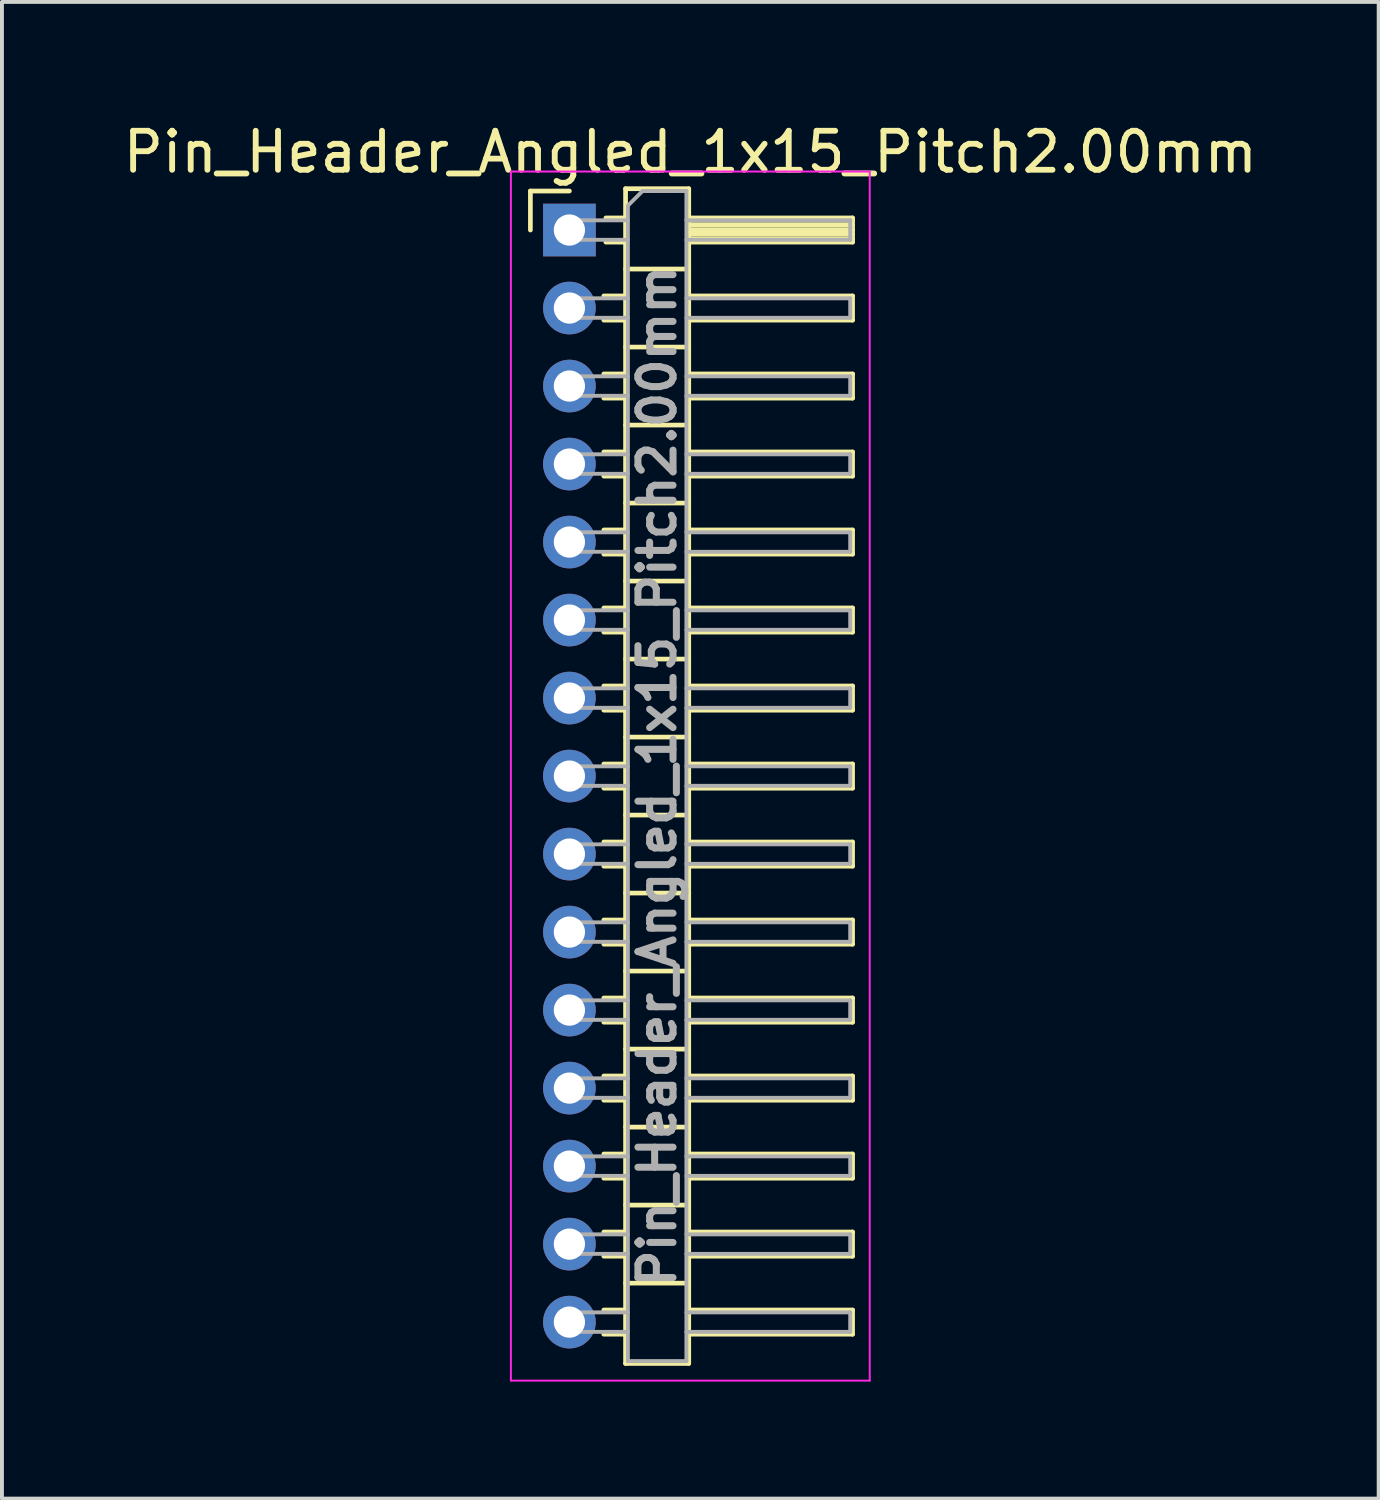
<source format=kicad_pcb>
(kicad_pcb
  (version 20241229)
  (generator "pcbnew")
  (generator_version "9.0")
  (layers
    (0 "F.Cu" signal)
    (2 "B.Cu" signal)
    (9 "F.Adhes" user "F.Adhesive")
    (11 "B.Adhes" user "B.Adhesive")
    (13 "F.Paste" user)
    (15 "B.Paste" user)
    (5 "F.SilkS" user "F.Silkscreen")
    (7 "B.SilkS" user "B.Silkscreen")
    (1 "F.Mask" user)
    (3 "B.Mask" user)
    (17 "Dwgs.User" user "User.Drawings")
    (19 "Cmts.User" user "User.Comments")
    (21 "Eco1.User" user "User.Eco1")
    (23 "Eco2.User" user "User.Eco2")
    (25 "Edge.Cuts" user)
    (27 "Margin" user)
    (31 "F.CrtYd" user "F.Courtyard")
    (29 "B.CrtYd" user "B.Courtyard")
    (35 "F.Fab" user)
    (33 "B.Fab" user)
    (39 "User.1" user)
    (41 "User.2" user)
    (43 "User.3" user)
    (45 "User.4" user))
  (footprint "Pin_Header_Angled_1x15_Pitch2.00mm"
    (layer "F.Cu")
    (at 11.549 2.848)
    (property "Reference" "Pin_Header_Angled_1x15_Pitch2.00mm" (at 3.1 -2 0) (layer "F.SilkS") (effects (font (size 1 1) (thickness 0.15))))
    (attr through_hole)
    (fp_line (start -1 -1) (end 0 -1) (stroke (width 0.12) (type solid)) (layer "F.SilkS"))
    (fp_line (start -1 0) (end -1 -1) (stroke (width 0.12) (type solid)) (layer "F.SilkS"))
    (fp_line (start 0.882 1.69) (end 1.44 1.69) (stroke (width 0.12) (type solid)) (layer "F.SilkS"))
    (fp_line (start 0.882 2.31) (end 1.44 2.31) (stroke (width 0.12) (type solid)) (layer "F.SilkS"))
    (fp_line (start 0.882 3.69) (end 1.44 3.69) (stroke (width 0.12) (type solid)) (layer "F.SilkS"))
    (fp_line (start 0.882 4.31) (end 1.44 4.31) (stroke (width 0.12) (type solid)) (layer "F.SilkS"))
    (fp_line (start 0.882 5.69) (end 1.44 5.69) (stroke (width 0.12) (type solid)) (layer "F.SilkS"))
    (fp_line (start 0.882 6.31) (end 1.44 6.31) (stroke (width 0.12) (type solid)) (layer "F.SilkS"))
    (fp_line (start 0.882 7.69) (end 1.44 7.69) (stroke (width 0.12) (type solid)) (layer "F.SilkS"))
    (fp_line (start 0.882 8.31) (end 1.44 8.31) (stroke (width 0.12) (type solid)) (layer "F.SilkS"))
    (fp_line (start 0.882 9.69) (end 1.44 9.69) (stroke (width 0.12) (type solid)) (layer "F.SilkS"))
    (fp_line (start 0.882 10.31) (end 1.44 10.31) (stroke (width 0.12) (type solid)) (layer "F.SilkS"))
    (fp_line (start 0.882 11.69) (end 1.44 11.69) (stroke (width 0.12) (type solid)) (layer "F.SilkS"))
    (fp_line (start 0.882 12.31) (end 1.44 12.31) (stroke (width 0.12) (type solid)) (layer "F.SilkS"))
    (fp_line (start 0.882 13.69) (end 1.44 13.69) (stroke (width 0.12) (type solid)) (layer "F.SilkS"))
    (fp_line (start 0.882 14.31) (end 1.44 14.31) (stroke (width 0.12) (type solid)) (layer "F.SilkS"))
    (fp_line (start 0.882 15.69) (end 1.44 15.69) (stroke (width 0.12) (type solid)) (layer "F.SilkS"))
    (fp_line (start 0.882 16.31) (end 1.44 16.31) (stroke (width 0.12) (type solid)) (layer "F.SilkS"))
    (fp_line (start 0.882 17.69) (end 1.44 17.69) (stroke (width 0.12) (type solid)) (layer "F.SilkS"))
    (fp_line (start 0.882 18.31) (end 1.44 18.31) (stroke (width 0.12) (type solid)) (layer "F.SilkS"))
    (fp_line (start 0.882 19.69) (end 1.44 19.69) (stroke (width 0.12) (type solid)) (layer "F.SilkS"))
    (fp_line (start 0.882 20.31) (end 1.44 20.31) (stroke (width 0.12) (type solid)) (layer "F.SilkS"))
    (fp_line (start 0.882 21.69) (end 1.44 21.69) (stroke (width 0.12) (type solid)) (layer "F.SilkS"))
    (fp_line (start 0.882 22.31) (end 1.44 22.31) (stroke (width 0.12) (type solid)) (layer "F.SilkS"))
    (fp_line (start 0.882 23.69) (end 1.44 23.69) (stroke (width 0.12) (type solid)) (layer "F.SilkS"))
    (fp_line (start 0.882 24.31) (end 1.44 24.31) (stroke (width 0.12) (type solid)) (layer "F.SilkS"))
    (fp_line (start 0.882 25.69) (end 1.44 25.69) (stroke (width 0.12) (type solid)) (layer "F.SilkS"))
    (fp_line (start 0.882 26.31) (end 1.44 26.31) (stroke (width 0.12) (type solid)) (layer "F.SilkS"))
    (fp_line (start 0.882 27.69) (end 1.44 27.69) (stroke (width 0.12) (type solid)) (layer "F.SilkS"))
    (fp_line (start 0.882 28.31) (end 1.44 28.31) (stroke (width 0.12) (type solid)) (layer "F.SilkS"))
    (fp_line (start 0.935 -0.31) (end 1.44 -0.31) (stroke (width 0.12) (type solid)) (layer "F.SilkS"))
    (fp_line (start 0.935 0.31) (end 1.44 0.31) (stroke (width 0.12) (type solid)) (layer "F.SilkS"))
    (fp_line (start 1.44 -1.06) (end 1.44 29.06) (stroke (width 0.12) (type solid)) (layer "F.SilkS"))
    (fp_line (start 1.44 1) (end 3.06 1) (stroke (width 0.12) (type solid)) (layer "F.SilkS"))
    (fp_line (start 1.44 3) (end 3.06 3) (stroke (width 0.12) (type solid)) (layer "F.SilkS"))
    (fp_line (start 1.44 5) (end 3.06 5) (stroke (width 0.12) (type solid)) (layer "F.SilkS"))
    (fp_line (start 1.44 7) (end 3.06 7) (stroke (width 0.12) (type solid)) (layer "F.SilkS"))
    (fp_line (start 1.44 9) (end 3.06 9) (stroke (width 0.12) (type solid)) (layer "F.SilkS"))
    (fp_line (start 1.44 11) (end 3.06 11) (stroke (width 0.12) (type solid)) (layer "F.SilkS"))
    (fp_line (start 1.44 13) (end 3.06 13) (stroke (width 0.12) (type solid)) (layer "F.SilkS"))
    (fp_line (start 1.44 15) (end 3.06 15) (stroke (width 0.12) (type solid)) (layer "F.SilkS"))
    (fp_line (start 1.44 17) (end 3.06 17) (stroke (width 0.12) (type solid)) (layer "F.SilkS"))
    (fp_line (start 1.44 19) (end 3.06 19) (stroke (width 0.12) (type solid)) (layer "F.SilkS"))
    (fp_line (start 1.44 21) (end 3.06 21) (stroke (width 0.12) (type solid)) (layer "F.SilkS"))
    (fp_line (start 1.44 23) (end 3.06 23) (stroke (width 0.12) (type solid)) (layer "F.SilkS"))
    (fp_line (start 1.44 25) (end 3.06 25) (stroke (width 0.12) (type solid)) (layer "F.SilkS"))
    (fp_line (start 1.44 27) (end 3.06 27) (stroke (width 0.12) (type solid)) (layer "F.SilkS"))
    (fp_line (start 1.44 29.06) (end 3.06 29.06) (stroke (width 0.12) (type solid)) (layer "F.SilkS"))
    (fp_line (start 3.06 -1.06) (end 1.44 -1.06) (stroke (width 0.12) (type solid)) (layer "F.SilkS"))
    (fp_line (start 3.06 -0.31) (end 7.26 -0.31) (stroke (width 0.12) (type solid)) (layer "F.SilkS"))
    (fp_line (start 3.06 -0.25) (end 7.26 -0.25) (stroke (width 0.12) (type solid)) (layer "F.SilkS"))
    (fp_line (start 3.06 -0.13) (end 7.26 -0.13) (stroke (width 0.12) (type solid)) (layer "F.SilkS"))
    (fp_line (start 3.06 -0.01) (end 7.26 -0.01) (stroke (width 0.12) (type solid)) (layer "F.SilkS"))
    (fp_line (start 3.06 0.11) (end 7.26 0.11) (stroke (width 0.12) (type solid)) (layer "F.SilkS"))
    (fp_line (start 3.06 0.23) (end 7.26 0.23) (stroke (width 0.12) (type solid)) (layer "F.SilkS"))
    (fp_line (start 3.06 1.69) (end 7.26 1.69) (stroke (width 0.12) (type solid)) (layer "F.SilkS"))
    (fp_line (start 3.06 3.69) (end 7.26 3.69) (stroke (width 0.12) (type solid)) (layer "F.SilkS"))
    (fp_line (start 3.06 5.69) (end 7.26 5.69) (stroke (width 0.12) (type solid)) (layer "F.SilkS"))
    (fp_line (start 3.06 7.69) (end 7.26 7.69) (stroke (width 0.12) (type solid)) (layer "F.SilkS"))
    (fp_line (start 3.06 9.69) (end 7.26 9.69) (stroke (width 0.12) (type solid)) (layer "F.SilkS"))
    (fp_line (start 3.06 11.69) (end 7.26 11.69) (stroke (width 0.12) (type solid)) (layer "F.SilkS"))
    (fp_line (start 3.06 13.69) (end 7.26 13.69) (stroke (width 0.12) (type solid)) (layer "F.SilkS"))
    (fp_line (start 3.06 15.69) (end 7.26 15.69) (stroke (width 0.12) (type solid)) (layer "F.SilkS"))
    (fp_line (start 3.06 17.69) (end 7.26 17.69) (stroke (width 0.12) (type solid)) (layer "F.SilkS"))
    (fp_line (start 3.06 19.69) (end 7.26 19.69) (stroke (width 0.12) (type solid)) (layer "F.SilkS"))
    (fp_line (start 3.06 21.69) (end 7.26 21.69) (stroke (width 0.12) (type solid)) (layer "F.SilkS"))
    (fp_line (start 3.06 23.69) (end 7.26 23.69) (stroke (width 0.12) (type solid)) (layer "F.SilkS"))
    (fp_line (start 3.06 25.69) (end 7.26 25.69) (stroke (width 0.12) (type solid)) (layer "F.SilkS"))
    (fp_line (start 3.06 27.69) (end 7.26 27.69) (stroke (width 0.12) (type solid)) (layer "F.SilkS"))
    (fp_line (start 3.06 29.06) (end 3.06 -1.06) (stroke (width 0.12) (type solid)) (layer "F.SilkS"))
    (fp_line (start 7.26 -0.31) (end 7.26 0.31) (stroke (width 0.12) (type solid)) (layer "F.SilkS"))
    (fp_line (start 7.26 0.31) (end 3.06 0.31) (stroke (width 0.12) (type solid)) (layer "F.SilkS"))
    (fp_line (start 7.26 1.69) (end 7.26 2.31) (stroke (width 0.12) (type solid)) (layer "F.SilkS"))
    (fp_line (start 7.26 2.31) (end 3.06 2.31) (stroke (width 0.12) (type solid)) (layer "F.SilkS"))
    (fp_line (start 7.26 3.69) (end 7.26 4.31) (stroke (width 0.12) (type solid)) (layer "F.SilkS"))
    (fp_line (start 7.26 4.31) (end 3.06 4.31) (stroke (width 0.12) (type solid)) (layer "F.SilkS"))
    (fp_line (start 7.26 5.69) (end 7.26 6.31) (stroke (width 0.12) (type solid)) (layer "F.SilkS"))
    (fp_line (start 7.26 6.31) (end 3.06 6.31) (stroke (width 0.12) (type solid)) (layer "F.SilkS"))
    (fp_line (start 7.26 7.69) (end 7.26 8.31) (stroke (width 0.12) (type solid)) (layer "F.SilkS"))
    (fp_line (start 7.26 8.31) (end 3.06 8.31) (stroke (width 0.12) (type solid)) (layer "F.SilkS"))
    (fp_line (start 7.26 9.69) (end 7.26 10.31) (stroke (width 0.12) (type solid)) (layer "F.SilkS"))
    (fp_line (start 7.26 10.31) (end 3.06 10.31) (stroke (width 0.12) (type solid)) (layer "F.SilkS"))
    (fp_line (start 7.26 11.69) (end 7.26 12.31) (stroke (width 0.12) (type solid)) (layer "F.SilkS"))
    (fp_line (start 7.26 12.31) (end 3.06 12.31) (stroke (width 0.12) (type solid)) (layer "F.SilkS"))
    (fp_line (start 7.26 13.69) (end 7.26 14.31) (stroke (width 0.12) (type solid)) (layer "F.SilkS"))
    (fp_line (start 7.26 14.31) (end 3.06 14.31) (stroke (width 0.12) (type solid)) (layer "F.SilkS"))
    (fp_line (start 7.26 15.69) (end 7.26 16.31) (stroke (width 0.12) (type solid)) (layer "F.SilkS"))
    (fp_line (start 7.26 16.31) (end 3.06 16.31) (stroke (width 0.12) (type solid)) (layer "F.SilkS"))
    (fp_line (start 7.26 17.69) (end 7.26 18.31) (stroke (width 0.12) (type solid)) (layer "F.SilkS"))
    (fp_line (start 7.26 18.31) (end 3.06 18.31) (stroke (width 0.12) (type solid)) (layer "F.SilkS"))
    (fp_line (start 7.26 19.69) (end 7.26 20.31) (stroke (width 0.12) (type solid)) (layer "F.SilkS"))
    (fp_line (start 7.26 20.31) (end 3.06 20.31) (stroke (width 0.12) (type solid)) (layer "F.SilkS"))
    (fp_line (start 7.26 21.69) (end 7.26 22.31) (stroke (width 0.12) (type solid)) (layer "F.SilkS"))
    (fp_line (start 7.26 22.31) (end 3.06 22.31) (stroke (width 0.12) (type solid)) (layer "F.SilkS"))
    (fp_line (start 7.26 23.69) (end 7.26 24.31) (stroke (width 0.12) (type solid)) (layer "F.SilkS"))
    (fp_line (start 7.26 24.31) (end 3.06 24.31) (stroke (width 0.12) (type solid)) (layer "F.SilkS"))
    (fp_line (start 7.26 25.69) (end 7.26 26.31) (stroke (width 0.12) (type solid)) (layer "F.SilkS"))
    (fp_line (start 7.26 26.31) (end 3.06 26.31) (stroke (width 0.12) (type solid)) (layer "F.SilkS"))
    (fp_line (start 7.26 27.69) (end 7.26 28.31) (stroke (width 0.12) (type solid)) (layer "F.SilkS"))
    (fp_line (start 7.26 28.31) (end 3.06 28.31) (stroke (width 0.12) (type solid)) (layer "F.SilkS"))
    (fp_line (start -1.5 -1.5) (end -1.5 29.5) (stroke (width 0.05) (type solid)) (layer "F.CrtYd"))
    (fp_line (start -1.5 29.5) (end 7.7 29.5) (stroke (width 0.05) (type solid)) (layer "F.CrtYd"))
    (fp_line (start 7.7 -1.5) (end -1.5 -1.5) (stroke (width 0.05) (type solid)) (layer "F.CrtYd"))
    (fp_line (start 7.7 29.5) (end 7.7 -1.5) (stroke (width 0.05) (type solid)) (layer "F.CrtYd"))
    (fp_line (start -0.25 -0.25) (end -0.25 0.25) (stroke (width 0.1) (type solid)) (layer "F.Fab"))
    (fp_line (start -0.25 -0.25) (end 1.5 -0.25) (stroke (width 0.1) (type solid)) (layer "F.Fab"))
    (fp_line (start -0.25 0.25) (end 1.5 0.25) (stroke (width 0.1) (type solid)) (layer "F.Fab"))
    (fp_line (start -0.25 1.75) (end -0.25 2.25) (stroke (width 0.1) (type solid)) (layer "F.Fab"))
    (fp_line (start -0.25 1.75) (end 1.5 1.75) (stroke (width 0.1) (type solid)) (layer "F.Fab"))
    (fp_line (start -0.25 2.25) (end 1.5 2.25) (stroke (width 0.1) (type solid)) (layer "F.Fab"))
    (fp_line (start -0.25 3.75) (end -0.25 4.25) (stroke (width 0.1) (type solid)) (layer "F.Fab"))
    (fp_line (start -0.25 3.75) (end 1.5 3.75) (stroke (width 0.1) (type solid)) (layer "F.Fab"))
    (fp_line (start -0.25 4.25) (end 1.5 4.25) (stroke (width 0.1) (type solid)) (layer "F.Fab"))
    (fp_line (start -0.25 5.75) (end -0.25 6.25) (stroke (width 0.1) (type solid)) (layer "F.Fab"))
    (fp_line (start -0.25 5.75) (end 1.5 5.75) (stroke (width 0.1) (type solid)) (layer "F.Fab"))
    (fp_line (start -0.25 6.25) (end 1.5 6.25) (stroke (width 0.1) (type solid)) (layer "F.Fab"))
    (fp_line (start -0.25 7.75) (end -0.25 8.25) (stroke (width 0.1) (type solid)) (layer "F.Fab"))
    (fp_line (start -0.25 7.75) (end 1.5 7.75) (stroke (width 0.1) (type solid)) (layer "F.Fab"))
    (fp_line (start -0.25 8.25) (end 1.5 8.25) (stroke (width 0.1) (type solid)) (layer "F.Fab"))
    (fp_line (start -0.25 9.75) (end -0.25 10.25) (stroke (width 0.1) (type solid)) (layer "F.Fab"))
    (fp_line (start -0.25 9.75) (end 1.5 9.75) (stroke (width 0.1) (type solid)) (layer "F.Fab"))
    (fp_line (start -0.25 10.25) (end 1.5 10.25) (stroke (width 0.1) (type solid)) (layer "F.Fab"))
    (fp_line (start -0.25 11.75) (end -0.25 12.25) (stroke (width 0.1) (type solid)) (layer "F.Fab"))
    (fp_line (start -0.25 11.75) (end 1.5 11.75) (stroke (width 0.1) (type solid)) (layer "F.Fab"))
    (fp_line (start -0.25 12.25) (end 1.5 12.25) (stroke (width 0.1) (type solid)) (layer "F.Fab"))
    (fp_line (start -0.25 13.75) (end -0.25 14.25) (stroke (width 0.1) (type solid)) (layer "F.Fab"))
    (fp_line (start -0.25 13.75) (end 1.5 13.75) (stroke (width 0.1) (type solid)) (layer "F.Fab"))
    (fp_line (start -0.25 14.25) (end 1.5 14.25) (stroke (width 0.1) (type solid)) (layer "F.Fab"))
    (fp_line (start -0.25 15.75) (end -0.25 16.25) (stroke (width 0.1) (type solid)) (layer "F.Fab"))
    (fp_line (start -0.25 15.75) (end 1.5 15.75) (stroke (width 0.1) (type solid)) (layer "F.Fab"))
    (fp_line (start -0.25 16.25) (end 1.5 16.25) (stroke (width 0.1) (type solid)) (layer "F.Fab"))
    (fp_line (start -0.25 17.75) (end -0.25 18.25) (stroke (width 0.1) (type solid)) (layer "F.Fab"))
    (fp_line (start -0.25 17.75) (end 1.5 17.75) (stroke (width 0.1) (type solid)) (layer "F.Fab"))
    (fp_line (start -0.25 18.25) (end 1.5 18.25) (stroke (width 0.1) (type solid)) (layer "F.Fab"))
    (fp_line (start -0.25 19.75) (end -0.25 20.25) (stroke (width 0.1) (type solid)) (layer "F.Fab"))
    (fp_line (start -0.25 19.75) (end 1.5 19.75) (stroke (width 0.1) (type solid)) (layer "F.Fab"))
    (fp_line (start -0.25 20.25) (end 1.5 20.25) (stroke (width 0.1) (type solid)) (layer "F.Fab"))
    (fp_line (start -0.25 21.75) (end -0.25 22.25) (stroke (width 0.1) (type solid)) (layer "F.Fab"))
    (fp_line (start -0.25 21.75) (end 1.5 21.75) (stroke (width 0.1) (type solid)) (layer "F.Fab"))
    (fp_line (start -0.25 22.25) (end 1.5 22.25) (stroke (width 0.1) (type solid)) (layer "F.Fab"))
    (fp_line (start -0.25 23.75) (end -0.25 24.25) (stroke (width 0.1) (type solid)) (layer "F.Fab"))
    (fp_line (start -0.25 23.75) (end 1.5 23.75) (stroke (width 0.1) (type solid)) (layer "F.Fab"))
    (fp_line (start -0.25 24.25) (end 1.5 24.25) (stroke (width 0.1) (type solid)) (layer "F.Fab"))
    (fp_line (start -0.25 25.75) (end -0.25 26.25) (stroke (width 0.1) (type solid)) (layer "F.Fab"))
    (fp_line (start -0.25 25.75) (end 1.5 25.75) (stroke (width 0.1) (type solid)) (layer "F.Fab"))
    (fp_line (start -0.25 26.25) (end 1.5 26.25) (stroke (width 0.1) (type solid)) (layer "F.Fab"))
    (fp_line (start -0.25 27.75) (end -0.25 28.25) (stroke (width 0.1) (type solid)) (layer "F.Fab"))
    (fp_line (start -0.25 27.75) (end 1.5 27.75) (stroke (width 0.1) (type solid)) (layer "F.Fab"))
    (fp_line (start -0.25 28.25) (end 1.5 28.25) (stroke (width 0.1) (type solid)) (layer "F.Fab"))
    (fp_line (start 1.5 -0.625) (end 1.875 -1) (stroke (width 0.1) (type solid)) (layer "F.Fab"))
    (fp_line (start 1.5 29) (end 1.5 -0.625) (stroke (width 0.1) (type solid)) (layer "F.Fab"))
    (fp_line (start 1.875 -1) (end 3 -1) (stroke (width 0.1) (type solid)) (layer "F.Fab"))
    (fp_line (start 3 -1) (end 3 29) (stroke (width 0.1) (type solid)) (layer "F.Fab"))
    (fp_line (start 3 -0.25) (end 7.2 -0.25) (stroke (width 0.1) (type solid)) (layer "F.Fab"))
    (fp_line (start 3 0.25) (end 7.2 0.25) (stroke (width 0.1) (type solid)) (layer "F.Fab"))
    (fp_line (start 3 1.75) (end 7.2 1.75) (stroke (width 0.1) (type solid)) (layer "F.Fab"))
    (fp_line (start 3 2.25) (end 7.2 2.25) (stroke (width 0.1) (type solid)) (layer "F.Fab"))
    (fp_line (start 3 3.75) (end 7.2 3.75) (stroke (width 0.1) (type solid)) (layer "F.Fab"))
    (fp_line (start 3 4.25) (end 7.2 4.25) (stroke (width 0.1) (type solid)) (layer "F.Fab"))
    (fp_line (start 3 5.75) (end 7.2 5.75) (stroke (width 0.1) (type solid)) (layer "F.Fab"))
    (fp_line (start 3 6.25) (end 7.2 6.25) (stroke (width 0.1) (type solid)) (layer "F.Fab"))
    (fp_line (start 3 7.75) (end 7.2 7.75) (stroke (width 0.1) (type solid)) (layer "F.Fab"))
    (fp_line (start 3 8.25) (end 7.2 8.25) (stroke (width 0.1) (type solid)) (layer "F.Fab"))
    (fp_line (start 3 9.75) (end 7.2 9.75) (stroke (width 0.1) (type solid)) (layer "F.Fab"))
    (fp_line (start 3 10.25) (end 7.2 10.25) (stroke (width 0.1) (type solid)) (layer "F.Fab"))
    (fp_line (start 3 11.75) (end 7.2 11.75) (stroke (width 0.1) (type solid)) (layer "F.Fab"))
    (fp_line (start 3 12.25) (end 7.2 12.25) (stroke (width 0.1) (type solid)) (layer "F.Fab"))
    (fp_line (start 3 13.75) (end 7.2 13.75) (stroke (width 0.1) (type solid)) (layer "F.Fab"))
    (fp_line (start 3 14.25) (end 7.2 14.25) (stroke (width 0.1) (type solid)) (layer "F.Fab"))
    (fp_line (start 3 15.75) (end 7.2 15.75) (stroke (width 0.1) (type solid)) (layer "F.Fab"))
    (fp_line (start 3 16.25) (end 7.2 16.25) (stroke (width 0.1) (type solid)) (layer "F.Fab"))
    (fp_line (start 3 17.75) (end 7.2 17.75) (stroke (width 0.1) (type solid)) (layer "F.Fab"))
    (fp_line (start 3 18.25) (end 7.2 18.25) (stroke (width 0.1) (type solid)) (layer "F.Fab"))
    (fp_line (start 3 19.75) (end 7.2 19.75) (stroke (width 0.1) (type solid)) (layer "F.Fab"))
    (fp_line (start 3 20.25) (end 7.2 20.25) (stroke (width 0.1) (type solid)) (layer "F.Fab"))
    (fp_line (start 3 21.75) (end 7.2 21.75) (stroke (width 0.1) (type solid)) (layer "F.Fab"))
    (fp_line (start 3 22.25) (end 7.2 22.25) (stroke (width 0.1) (type solid)) (layer "F.Fab"))
    (fp_line (start 3 23.75) (end 7.2 23.75) (stroke (width 0.1) (type solid)) (layer "F.Fab"))
    (fp_line (start 3 24.25) (end 7.2 24.25) (stroke (width 0.1) (type solid)) (layer "F.Fab"))
    (fp_line (start 3 25.75) (end 7.2 25.75) (stroke (width 0.1) (type solid)) (layer "F.Fab"))
    (fp_line (start 3 26.25) (end 7.2 26.25) (stroke (width 0.1) (type solid)) (layer "F.Fab"))
    (fp_line (start 3 27.75) (end 7.2 27.75) (stroke (width 0.1) (type solid)) (layer "F.Fab"))
    (fp_line (start 3 28.25) (end 7.2 28.25) (stroke (width 0.1) (type solid)) (layer "F.Fab"))
    (fp_line (start 3 29) (end 1.5 29) (stroke (width 0.1) (type solid)) (layer "F.Fab"))
    (fp_line (start 7.2 -0.25) (end 7.2 0.25) (stroke (width 0.1) (type solid)) (layer "F.Fab"))
    (fp_line (start 7.2 1.75) (end 7.2 2.25) (stroke (width 0.1) (type solid)) (layer "F.Fab"))
    (fp_line (start 7.2 3.75) (end 7.2 4.25) (stroke (width 0.1) (type solid)) (layer "F.Fab"))
    (fp_line (start 7.2 5.75) (end 7.2 6.25) (stroke (width 0.1) (type solid)) (layer "F.Fab"))
    (fp_line (start 7.2 7.75) (end 7.2 8.25) (stroke (width 0.1) (type solid)) (layer "F.Fab"))
    (fp_line (start 7.2 9.75) (end 7.2 10.25) (stroke (width 0.1) (type solid)) (layer "F.Fab"))
    (fp_line (start 7.2 11.75) (end 7.2 12.25) (stroke (width 0.1) (type solid)) (layer "F.Fab"))
    (fp_line (start 7.2 13.75) (end 7.2 14.25) (stroke (width 0.1) (type solid)) (layer "F.Fab"))
    (fp_line (start 7.2 15.75) (end 7.2 16.25) (stroke (width 0.1) (type solid)) (layer "F.Fab"))
    (fp_line (start 7.2 17.75) (end 7.2 18.25) (stroke (width 0.1) (type solid)) (layer "F.Fab"))
    (fp_line (start 7.2 19.75) (end 7.2 20.25) (stroke (width 0.1) (type solid)) (layer "F.Fab"))
    (fp_line (start 7.2 21.75) (end 7.2 22.25) (stroke (width 0.1) (type solid)) (layer "F.Fab"))
    (fp_line (start 7.2 23.75) (end 7.2 24.25) (stroke (width 0.1) (type solid)) (layer "F.Fab"))
    (fp_line (start 7.2 25.75) (end 7.2 26.25) (stroke (width 0.1) (type solid)) (layer "F.Fab"))
    (fp_line (start 7.2 27.75) (end 7.2 28.25) (stroke (width 0.1) (type solid)) (layer "F.Fab"))
    (fp_text user "${REFERENCE}" (at 2.25 14 90) (layer "F.Fab") (effects (font (size 0.9 0.9) (thickness 0.18))))
    (pad "1" thru_hole rect (at 0 0) (size 1.35 1.35) (drill 0.8) (layers "*.Cu" "*.Mask"))
    (pad "2" thru_hole oval (at 0 2) (size 1.35 1.35) (drill 0.8) (layers "*.Cu" "*.Mask"))
    (pad "3" thru_hole oval (at 0 4) (size 1.35 1.35) (drill 0.8) (layers "*.Cu" "*.Mask"))
    (pad "4" thru_hole oval (at 0 6) (size 1.35 1.35) (drill 0.8) (layers "*.Cu" "*.Mask"))
    (pad "5" thru_hole oval (at 0 8) (size 1.35 1.35) (drill 0.8) (layers "*.Cu" "*.Mask"))
    (pad "6" thru_hole oval (at 0 10) (size 1.35 1.35) (drill 0.8) (layers "*.Cu" "*.Mask"))
    (pad "7" thru_hole oval (at 0 12) (size 1.35 1.35) (drill 0.8) (layers "*.Cu" "*.Mask"))
    (pad "8" thru_hole oval (at 0 14) (size 1.35 1.35) (drill 0.8) (layers "*.Cu" "*.Mask"))
    (pad "9" thru_hole oval (at 0 16) (size 1.35 1.35) (drill 0.8) (layers "*.Cu" "*.Mask"))
    (pad "10" thru_hole oval (at 0 18) (size 1.35 1.35) (drill 0.8) (layers "*.Cu" "*.Mask"))
    (pad "11" thru_hole oval (at 0 20) (size 1.35 1.35) (drill 0.8) (layers "*.Cu" "*.Mask"))
    (pad "12" thru_hole oval (at 0 22) (size 1.35 1.35) (drill 0.8) (layers "*.Cu" "*.Mask"))
    (pad "13" thru_hole oval (at 0 24) (size 1.35 1.35) (drill 0.8) (layers "*.Cu" "*.Mask"))
    (pad "14" thru_hole oval (at 0 26) (size 1.35 1.35) (drill 0.8) (layers "*.Cu" "*.Mask"))
    (pad "15" thru_hole oval (at 0 28) (size 1.35 1.35) (drill 0.8) (layers "*.Cu" "*.Mask")))
  (gr_rect
    (start -3 -3)
    (end 32.298 35.373)
    (stroke (width 0.1) (type default))
    (fill no)
    (layer "Edge.Cuts")))
</source>
